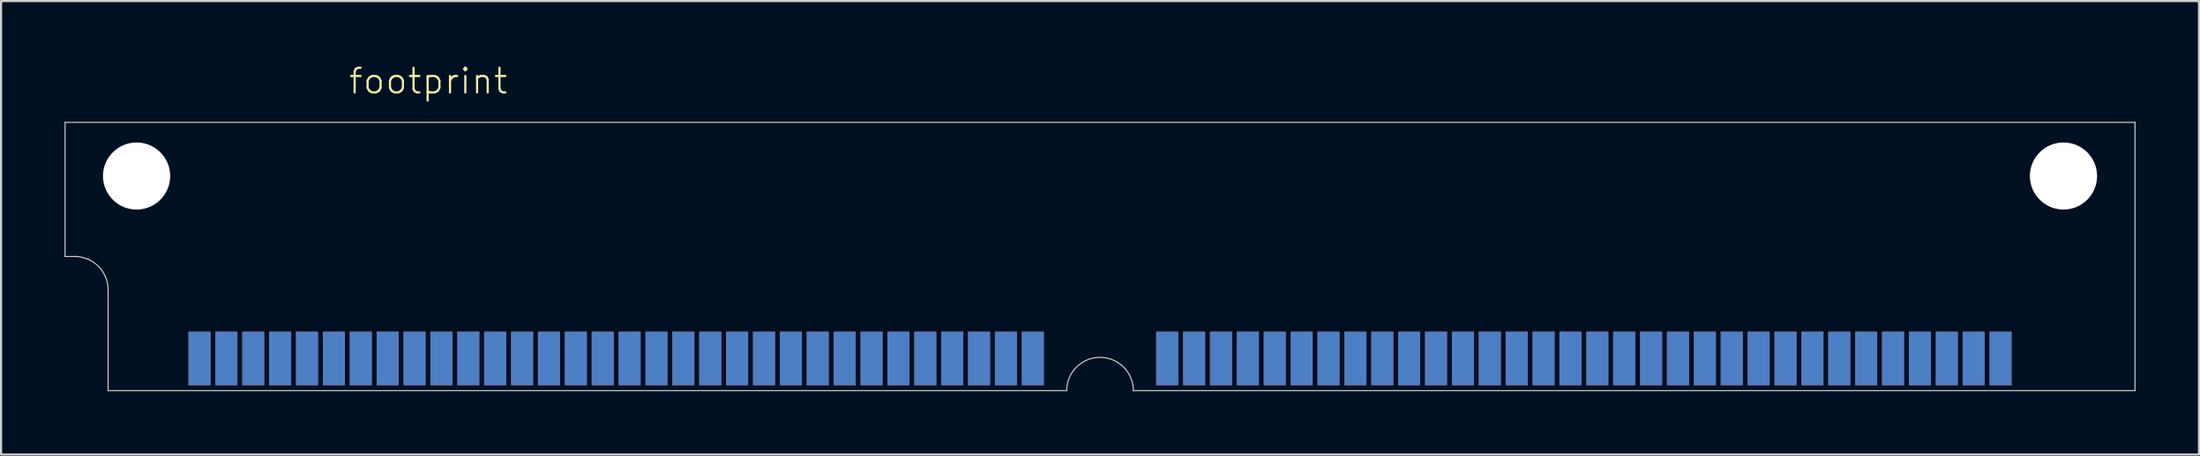
<source format=kicad_pcb>
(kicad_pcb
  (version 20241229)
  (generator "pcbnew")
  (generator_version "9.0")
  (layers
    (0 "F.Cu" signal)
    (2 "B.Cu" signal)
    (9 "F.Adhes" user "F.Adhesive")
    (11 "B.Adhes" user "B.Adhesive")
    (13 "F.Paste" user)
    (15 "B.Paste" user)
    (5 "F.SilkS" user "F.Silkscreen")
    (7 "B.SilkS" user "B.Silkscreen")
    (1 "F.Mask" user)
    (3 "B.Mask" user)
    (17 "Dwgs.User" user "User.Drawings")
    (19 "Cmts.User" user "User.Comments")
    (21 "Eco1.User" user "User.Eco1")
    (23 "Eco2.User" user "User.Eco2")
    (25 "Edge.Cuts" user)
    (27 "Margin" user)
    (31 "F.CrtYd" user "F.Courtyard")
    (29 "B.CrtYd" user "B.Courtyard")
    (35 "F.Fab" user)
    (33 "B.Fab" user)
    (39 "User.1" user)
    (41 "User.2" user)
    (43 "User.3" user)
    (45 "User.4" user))
  (footprint "footprint"
    (layer "F.Cu")
    (at 48.92 5.283)
    (property "Reference" "footprint" (at -35.56 -3.81 0) (layer "F.SilkS") (effects (font (size 1.168 1.168) (thickness 0.102)) (justify left bottom)))
    (fp_line (start -48.895 -2.54) (end 48.895 -2.54) (stroke (width 0.05) (type solid)) (layer "Edge.Cuts"))
    (fp_line (start -48.895 3.81) (end -48.895 -2.54) (stroke (width 0.05) (type solid)) (layer "Edge.Cuts"))
    (fp_line (start -48.895 3.81) (end -48.336 3.81) (stroke (width 0.05) (type solid)) (layer "Edge.Cuts"))
    (fp_line (start -46.863 10.16) (end -46.863 5.309) (stroke (width 0.05) (type solid)) (layer "Edge.Cuts"))
    (fp_line (start -1.575 10.16) (end -46.863 10.16) (stroke (width 0.05) (type solid)) (layer "Edge.Cuts"))
    (fp_line (start 48.895 -2.54) (end 48.895 10.16) (stroke (width 0.05) (type solid)) (layer "Edge.Cuts"))
    (fp_line (start 48.895 10.16) (end 1.575 10.16) (stroke (width 0.05) (type solid)) (layer "Edge.Cuts"))
    (fp_arc (start -48.4378 3.81) (mid -47.324248 4.271248) (end -46.863 5.3848) (stroke (width 0.05) (type solid)) (layer "Edge.Cuts"))
    (fp_arc (start -1.5748 10.16) (mid 0 8.5852) (end 1.5748 10.16) (stroke (width 0.05) (type solid)) (layer "Edge.Cuts"))
    (pad "" np_thru_hole circle (at -45.517 0) (size 3.175 3.175) (drill 3.175) (layers "*.Cu" "*.Mask"))
    (pad "" np_thru_hole circle (at 45.517 0) (size 3.175 3.175) (drill 3.175) (layers "*.Cu" "*.Mask"))
    (pad "1" smd rect (at -42.545 8.636) (size 1.041 2.54) (layers "F.Cu" "F.Mask" "F.Paste"))
    (pad "2" smd rect (at -41.275 8.636) (size 1.041 2.54) (layers "F.Cu" "F.Mask" "F.Paste"))
    (pad "3" smd rect (at -40.005 8.636) (size 1.041 2.54) (layers "F.Cu" "F.Mask" "F.Paste"))
    (pad "4" smd rect (at -38.735 8.636) (size 1.041 2.54) (layers "F.Cu" "F.Mask" "F.Paste"))
    (pad "5" smd rect (at -37.465 8.636) (size 1.041 2.54) (layers "F.Cu" "F.Mask" "F.Paste"))
    (pad "6" smd rect (at -36.195 8.636) (size 1.041 2.54) (layers "F.Cu" "F.Mask" "F.Paste"))
    (pad "7" smd rect (at -34.925 8.636) (size 1.041 2.54) (layers "F.Cu" "F.Mask" "F.Paste"))
    (pad "8" smd rect (at -33.655 8.636) (size 1.041 2.54) (layers "F.Cu" "F.Mask" "F.Paste"))
    (pad "9" smd rect (at -32.385 8.636) (size 1.041 2.54) (layers "F.Cu" "F.Mask" "F.Paste"))
    (pad "10" smd rect (at -31.115 8.636) (size 1.041 2.54) (layers "F.Cu" "F.Mask" "F.Paste"))
    (pad "11" smd rect (at -29.845 8.636) (size 1.041 2.54) (layers "F.Cu" "F.Mask" "F.Paste"))
    (pad "12" smd rect (at -28.575 8.636) (size 1.041 2.54) (layers "F.Cu" "F.Mask" "F.Paste"))
    (pad "13" smd rect (at -27.305 8.636) (size 1.041 2.54) (layers "F.Cu" "F.Mask" "F.Paste"))
    (pad "14" smd rect (at -26.035 8.636) (size 1.041 2.54) (layers "F.Cu" "F.Mask" "F.Paste"))
    (pad "15" smd rect (at -24.765 8.636) (size 1.041 2.54) (layers "F.Cu" "F.Mask" "F.Paste"))
    (pad "16" smd rect (at -23.495 8.636) (size 1.041 2.54) (layers "F.Cu" "F.Mask" "F.Paste"))
    (pad "17" smd rect (at -22.225 8.636) (size 1.041 2.54) (layers "F.Cu" "F.Mask" "F.Paste"))
    (pad "18" smd rect (at -20.955 8.636) (size 1.041 2.54) (layers "F.Cu" "F.Mask" "F.Paste"))
    (pad "19" smd rect (at -19.685 8.636) (size 1.041 2.54) (layers "F.Cu" "F.Mask" "F.Paste"))
    (pad "20" smd rect (at -18.415 8.636) (size 1.041 2.54) (layers "F.Cu" "F.Mask" "F.Paste"))
    (pad "21" smd rect (at -17.145 8.636) (size 1.041 2.54) (layers "F.Cu" "F.Mask" "F.Paste"))
    (pad "22" smd rect (at -15.875 8.636) (size 1.041 2.54) (layers "F.Cu" "F.Mask" "F.Paste"))
    (pad "23" smd rect (at -14.605 8.636) (size 1.041 2.54) (layers "F.Cu" "F.Mask" "F.Paste"))
    (pad "24" smd rect (at -13.335 8.636) (size 1.041 2.54) (layers "F.Cu" "F.Mask" "F.Paste"))
    (pad "25" smd rect (at -12.065 8.636) (size 1.041 2.54) (layers "F.Cu" "F.Mask" "F.Paste"))
    (pad "26" smd rect (at -10.795 8.636) (size 1.041 2.54) (layers "F.Cu" "F.Mask" "F.Paste"))
    (pad "27" smd rect (at -9.525 8.636) (size 1.041 2.54) (layers "F.Cu" "F.Mask" "F.Paste"))
    (pad "28" smd rect (at -8.255 8.636) (size 1.041 2.54) (layers "F.Cu" "F.Mask" "F.Paste"))
    (pad "29" smd rect (at -6.985 8.636) (size 1.041 2.54) (layers "F.Cu" "F.Mask" "F.Paste"))
    (pad "30" smd rect (at -5.715 8.636) (size 1.041 2.54) (layers "F.Cu" "F.Mask" "F.Paste"))
    (pad "31" smd rect (at -4.445 8.636) (size 1.041 2.54) (layers "F.Cu" "F.Mask" "F.Paste"))
    (pad "32" smd rect (at -3.175 8.636) (size 1.041 2.54) (layers "F.Cu" "F.Mask" "F.Paste"))
    (pad "33" smd rect (at 3.175 8.636) (size 1.041 2.54) (layers "F.Cu" "F.Mask" "F.Paste"))
    (pad "34" smd rect (at 4.445 8.636) (size 1.041 2.54) (layers "F.Cu" "F.Mask" "F.Paste"))
    (pad "35" smd rect (at 5.715 8.636) (size 1.041 2.54) (layers "F.Cu" "F.Mask" "F.Paste"))
    (pad "36" smd rect (at 6.985 8.636) (size 1.041 2.54) (layers "F.Cu" "F.Mask" "F.Paste"))
    (pad "37" smd rect (at 8.255 8.636) (size 1.041 2.54) (layers "F.Cu" "F.Mask" "F.Paste"))
    (pad "38" smd rect (at 9.525 8.636) (size 1.041 2.54) (layers "F.Cu" "F.Mask" "F.Paste"))
    (pad "39" smd rect (at 10.795 8.636) (size 1.041 2.54) (layers "F.Cu" "F.Mask" "F.Paste"))
    (pad "40" smd rect (at 12.065 8.636) (size 1.041 2.54) (layers "F.Cu" "F.Mask" "F.Paste"))
    (pad "41" smd rect (at 13.335 8.636) (size 1.041 2.54) (layers "F.Cu" "F.Mask" "F.Paste"))
    (pad "42" smd rect (at 14.605 8.636) (size 1.041 2.54) (layers "F.Cu" "F.Mask" "F.Paste"))
    (pad "43" smd rect (at 15.875 8.636) (size 1.041 2.54) (layers "F.Cu" "F.Mask" "F.Paste"))
    (pad "44" smd rect (at 17.145 8.636) (size 1.041 2.54) (layers "F.Cu" "F.Mask" "F.Paste"))
    (pad "45" smd rect (at 18.415 8.636) (size 1.041 2.54) (layers "F.Cu" "F.Mask" "F.Paste"))
    (pad "46" smd rect (at 19.685 8.636) (size 1.041 2.54) (layers "F.Cu" "F.Mask" "F.Paste"))
    (pad "47" smd rect (at 20.955 8.636) (size 1.041 2.54) (layers "F.Cu" "F.Mask" "F.Paste"))
    (pad "48" smd rect (at 22.225 8.636) (size 1.041 2.54) (layers "F.Cu" "F.Mask" "F.Paste"))
    (pad "49" smd rect (at 23.495 8.636) (size 1.041 2.54) (layers "F.Cu" "F.Mask" "F.Paste"))
    (pad "50" smd rect (at 24.765 8.636) (size 1.041 2.54) (layers "F.Cu" "F.Mask" "F.Paste"))
    (pad "51" smd rect (at 26.035 8.636) (size 1.041 2.54) (layers "F.Cu" "F.Mask" "F.Paste"))
    (pad "52" smd rect (at 27.305 8.636) (size 1.041 2.54) (layers "F.Cu" "F.Mask" "F.Paste"))
    (pad "53" smd rect (at 28.575 8.636) (size 1.041 2.54) (layers "F.Cu" "F.Mask" "F.Paste"))
    (pad "54" smd rect (at 29.845 8.636) (size 1.041 2.54) (layers "F.Cu" "F.Mask" "F.Paste"))
    (pad "55" smd rect (at 31.115 8.636) (size 1.041 2.54) (layers "F.Cu" "F.Mask" "F.Paste"))
    (pad "56" smd rect (at 32.385 8.636) (size 1.041 2.54) (layers "F.Cu" "F.Mask" "F.Paste"))
    (pad "57" smd rect (at 33.655 8.636) (size 1.041 2.54) (layers "F.Cu" "F.Mask" "F.Paste"))
    (pad "58" smd rect (at 34.925 8.636) (size 1.041 2.54) (layers "F.Cu" "F.Mask" "F.Paste"))
    (pad "59" smd rect (at 36.195 8.636) (size 1.041 2.54) (layers "F.Cu" "F.Mask" "F.Paste"))
    (pad "60" smd rect (at 37.465 8.636) (size 1.041 2.54) (layers "F.Cu" "F.Mask" "F.Paste"))
    (pad "61" smd rect (at 38.735 8.636) (size 1.041 2.54) (layers "F.Cu" "F.Mask" "F.Paste"))
    (pad "62" smd rect (at 40.005 8.636) (size 1.041 2.54) (layers "F.Cu" "F.Mask" "F.Paste"))
    (pad "63" smd rect (at 41.275 8.636) (size 1.041 2.54) (layers "F.Cu" "F.Mask" "F.Paste"))
    (pad "64" smd rect (at 42.545 8.636) (size 1.041 2.54) (layers "F.Cu" "F.Mask" "F.Paste"))
    (pad "65" smd rect (at -42.545 8.636) (size 1.041 2.54) (layers "B.Cu" "B.Mask" "B.Paste"))
    (pad "66" smd rect (at -41.275 8.636) (size 1.041 2.54) (layers "B.Cu" "B.Mask" "B.Paste"))
    (pad "67" smd rect (at -40.005 8.636) (size 1.041 2.54) (layers "B.Cu" "B.Mask" "B.Paste"))
    (pad "68" smd rect (at -38.735 8.636) (size 1.041 2.54) (layers "B.Cu" "B.Mask" "B.Paste"))
    (pad "69" smd rect (at -37.465 8.636) (size 1.041 2.54) (layers "B.Cu" "B.Mask" "B.Paste"))
    (pad "70" smd rect (at -36.195 8.636) (size 1.041 2.54) (layers "B.Cu" "B.Mask" "B.Paste"))
    (pad "71" smd rect (at -34.925 8.636) (size 1.041 2.54) (layers "B.Cu" "B.Mask" "B.Paste"))
    (pad "72" smd rect (at -33.655 8.636) (size 1.041 2.54) (layers "B.Cu" "B.Mask" "B.Paste"))
    (pad "73" smd rect (at -32.385 8.636) (size 1.041 2.54) (layers "B.Cu" "B.Mask" "B.Paste"))
    (pad "74" smd rect (at -31.115 8.636) (size 1.041 2.54) (layers "B.Cu" "B.Mask" "B.Paste"))
    (pad "75" smd rect (at -29.845 8.636) (size 1.041 2.54) (layers "B.Cu" "B.Mask" "B.Paste"))
    (pad "76" smd rect (at -28.575 8.636) (size 1.041 2.54) (layers "B.Cu" "B.Mask" "B.Paste"))
    (pad "77" smd rect (at -27.305 8.636) (size 1.041 2.54) (layers "B.Cu" "B.Mask" "B.Paste"))
    (pad "78" smd rect (at -26.035 8.636) (size 1.041 2.54) (layers "B.Cu" "B.Mask" "B.Paste"))
    (pad "79" smd rect (at -24.765 8.636) (size 1.041 2.54) (layers "B.Cu" "B.Mask" "B.Paste"))
    (pad "80" smd rect (at -23.495 8.636) (size 1.041 2.54) (layers "B.Cu" "B.Mask" "B.Paste"))
    (pad "81" smd rect (at -22.225 8.636) (size 1.041 2.54) (layers "B.Cu" "B.Mask" "B.Paste"))
    (pad "82" smd rect (at -20.955 8.636) (size 1.041 2.54) (layers "B.Cu" "B.Mask" "B.Paste"))
    (pad "83" smd rect (at -19.685 8.636) (size 1.041 2.54) (layers "B.Cu" "B.Mask" "B.Paste"))
    (pad "84" smd rect (at -18.415 8.636) (size 1.041 2.54) (layers "B.Cu" "B.Mask" "B.Paste"))
    (pad "85" smd rect (at -17.145 8.636) (size 1.041 2.54) (layers "B.Cu" "B.Mask" "B.Paste"))
    (pad "86" smd rect (at -15.875 8.636) (size 1.041 2.54) (layers "B.Cu" "B.Mask" "B.Paste"))
    (pad "87" smd rect (at -14.605 8.636) (size 1.041 2.54) (layers "B.Cu" "B.Mask" "B.Paste"))
    (pad "88" smd rect (at -13.335 8.636) (size 1.041 2.54) (layers "B.Cu" "B.Mask" "B.Paste"))
    (pad "89" smd rect (at -12.065 8.636) (size 1.041 2.54) (layers "B.Cu" "B.Mask" "B.Paste"))
    (pad "90" smd rect (at -10.795 8.636) (size 1.041 2.54) (layers "B.Cu" "B.Mask" "B.Paste"))
    (pad "91" smd rect (at -9.525 8.636) (size 1.041 2.54) (layers "B.Cu" "B.Mask" "B.Paste"))
    (pad "92" smd rect (at -8.255 8.636) (size 1.041 2.54) (layers "B.Cu" "B.Mask" "B.Paste"))
    (pad "93" smd rect (at -6.985 8.636) (size 1.041 2.54) (layers "B.Cu" "B.Mask" "B.Paste"))
    (pad "94" smd rect (at -5.715 8.636) (size 1.041 2.54) (layers "B.Cu" "B.Mask" "B.Paste"))
    (pad "95" smd rect (at -4.445 8.636) (size 1.041 2.54) (layers "B.Cu" "B.Mask" "B.Paste"))
    (pad "96" smd rect (at -3.175 8.636) (size 1.041 2.54) (layers "B.Cu" "B.Mask" "B.Paste"))
    (pad "97" smd rect (at 3.175 8.636) (size 1.041 2.54) (layers "B.Cu" "B.Mask" "B.Paste"))
    (pad "98" smd rect (at 4.445 8.636) (size 1.041 2.54) (layers "B.Cu" "B.Mask" "B.Paste"))
    (pad "99" smd rect (at 5.715 8.636) (size 1.041 2.54) (layers "B.Cu" "B.Mask" "B.Paste"))
    (pad "100" smd rect (at 6.985 8.636) (size 1.041 2.54) (layers "B.Cu" "B.Mask" "B.Paste"))
    (pad "101" smd rect (at 8.255 8.636) (size 1.041 2.54) (layers "B.Cu" "B.Mask" "B.Paste"))
    (pad "102" smd rect (at 9.525 8.636) (size 1.041 2.54) (layers "B.Cu" "B.Mask" "B.Paste"))
    (pad "103" smd rect (at 10.795 8.636) (size 1.041 2.54) (layers "B.Cu" "B.Mask" "B.Paste"))
    (pad "104" smd rect (at 12.065 8.636) (size 1.041 2.54) (layers "B.Cu" "B.Mask" "B.Paste"))
    (pad "105" smd rect (at 13.335 8.636) (size 1.041 2.54) (layers "B.Cu" "B.Mask" "B.Paste"))
    (pad "106" smd rect (at 14.605 8.636) (size 1.041 2.54) (layers "B.Cu" "B.Mask" "B.Paste"))
    (pad "107" smd rect (at 15.875 8.636) (size 1.041 2.54) (layers "B.Cu" "B.Mask" "B.Paste"))
    (pad "108" smd rect (at 17.145 8.636) (size 1.041 2.54) (layers "B.Cu" "B.Mask" "B.Paste"))
    (pad "109" smd rect (at 18.415 8.636) (size 1.041 2.54) (layers "B.Cu" "B.Mask" "B.Paste"))
    (pad "110" smd rect (at 19.685 8.636) (size 1.041 2.54) (layers "B.Cu" "B.Mask" "B.Paste"))
    (pad "111" smd rect (at 20.955 8.636) (size 1.041 2.54) (layers "B.Cu" "B.Mask" "B.Paste"))
    (pad "112" smd rect (at 22.225 8.636) (size 1.041 2.54) (layers "B.Cu" "B.Mask" "B.Paste"))
    (pad "113" smd rect (at 23.495 8.636) (size 1.041 2.54) (layers "B.Cu" "B.Mask" "B.Paste"))
    (pad "114" smd rect (at 24.765 8.636) (size 1.041 2.54) (layers "B.Cu" "B.Mask" "B.Paste"))
    (pad "115" smd rect (at 26.035 8.636) (size 1.041 2.54) (layers "B.Cu" "B.Mask" "B.Paste"))
    (pad "116" smd rect (at 27.305 8.636) (size 1.041 2.54) (layers "B.Cu" "B.Mask" "B.Paste"))
    (pad "117" smd rect (at 28.575 8.636) (size 1.041 2.54) (layers "B.Cu" "B.Mask" "B.Paste"))
    (pad "118" smd rect (at 29.845 8.636) (size 1.041 2.54) (layers "B.Cu" "B.Mask" "B.Paste"))
    (pad "119" smd rect (at 31.115 8.636) (size 1.041 2.54) (layers "B.Cu" "B.Mask" "B.Paste"))
    (pad "120" smd rect (at 32.385 8.636) (size 1.041 2.54) (layers "B.Cu" "B.Mask" "B.Paste"))
    (pad "121" smd rect (at 33.655 8.636) (size 1.041 2.54) (layers "B.Cu" "B.Mask" "B.Paste"))
    (pad "122" smd rect (at 34.925 8.636) (size 1.041 2.54) (layers "B.Cu" "B.Mask" "B.Paste"))
    (pad "123" smd rect (at 36.195 8.636) (size 1.041 2.54) (layers "B.Cu" "B.Mask" "B.Paste"))
    (pad "124" smd rect (at 37.465 8.636) (size 1.041 2.54) (layers "B.Cu" "B.Mask" "B.Paste"))
    (pad "125" smd rect (at 38.735 8.636) (size 1.041 2.54) (layers "B.Cu" "B.Mask" "B.Paste"))
    (pad "126" smd rect (at 40.005 8.636) (size 1.041 2.54) (layers "B.Cu" "B.Mask" "B.Paste"))
    (pad "127" smd rect (at 41.275 8.636) (size 1.041 2.54) (layers "B.Cu" "B.Mask" "B.Paste"))
    (pad "128" smd rect (at 42.545 8.636) (size 1.041 2.54) (layers "B.Cu" "B.Mask" "B.Paste")))
  (gr_rect
    (start -3 -3)
    (end 100.84 18.468)
    (stroke (width 0.1) (type default))
    (fill no)
    (layer "Edge.Cuts")))
</source>
